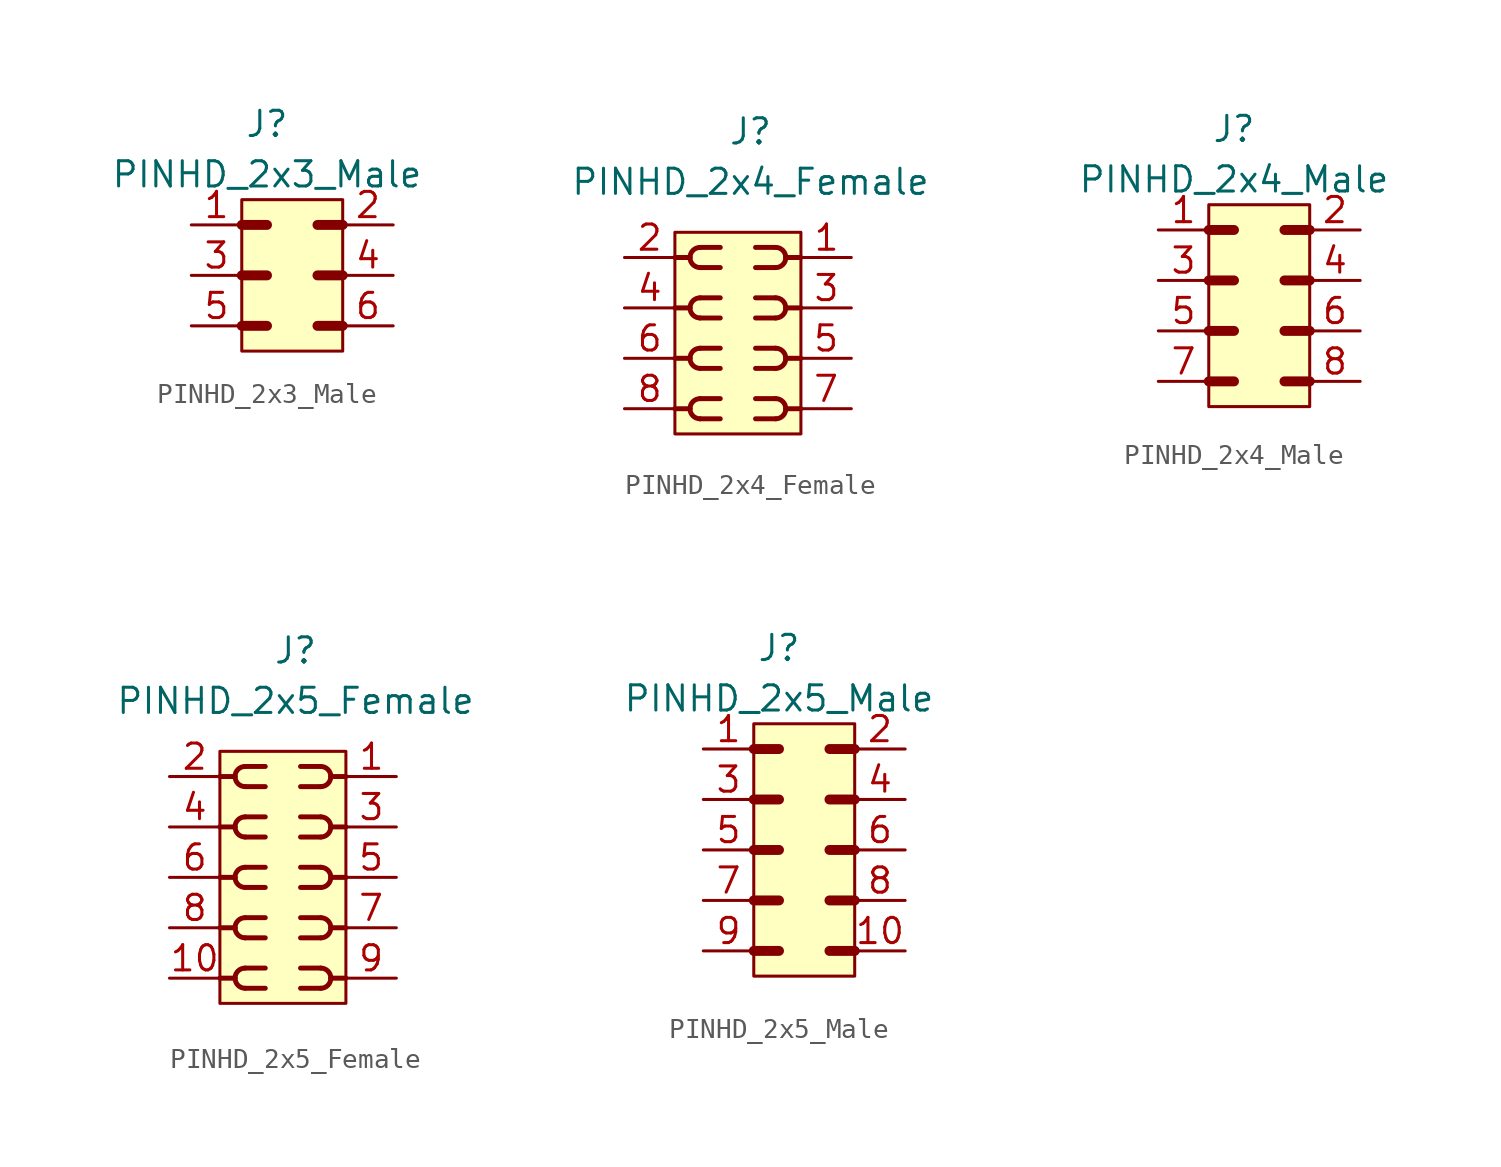
<source format=kicad_sym>
(kicad_symbol_lib
  (version 20220914)
  (generator kicad_symbol_editor)
  (symbol "PINHD_2x3_Male"
    (property "Reference" "J"
      (at -1.27 6.35 0)
      (effects (font (size 1.27 1.27))))
    (property "Value" "PINHD_2x3_Male"
      (at -1.27 3.81 0)
      (effects (font (size 1.27 1.27))))
    (symbol "PINHD_2x3_Male_0_1"
      (rectangle (start -2.54 2.54) (end 2.54 -5.08) (stroke (width 0) (type default)) (fill (type background)))
      (polyline (pts (xy -2.54 -3.81) (xy -1.27 -3.81)) (stroke (width 0.5) (type default)) (fill (type none)))
      (polyline (pts (xy -2.54 -1.27) (xy -1.27 -1.27)) (stroke (width 0.3) (type default)) (fill (type none)))
      (polyline (pts (xy -2.54 -1.27) (xy -1.27 -1.27)) (stroke (width 0.5) (type default)) (fill (type none)))
      (polyline (pts (xy -2.54 1.27) (xy -1.27 1.27)) (stroke (width 0.5) (type default)) (fill (type none)))
      (polyline (pts (xy 1.27 -3.81) (xy 2.54 -3.81)) (stroke (width 0.5) (type default)) (fill (type none)))
      (polyline (pts (xy 1.27 -1.27) (xy 2.54 -1.27)) (stroke (width 0.5) (type default)) (fill (type none)))
      (polyline (pts (xy 1.27 1.27) (xy 2.54 1.27)) (stroke (width 0.5) (type default)) (fill (type none))))
    (symbol "PINHD_2x3_Male_1_1"
      (pin passive line (at -5.08 1.27 0) (length 2.54) (name "" (effects (font (size 1.27 1.27)))) (number "1" (effects (font (size 1.27 1.27)))))
      (pin passive line (at 5.08 1.27 180) (length 2.54) (name "" (effects (font (size 1.27 1.27)))) (number "2" (effects (font (size 1.27 1.27)))))
      (pin passive line (at -5.08 -1.27 0) (length 2.54) (name "" (effects (font (size 1.27 1.27)))) (number "3" (effects (font (size 1.27 1.27)))))
      (pin passive line (at 5.08 -1.27 180) (length 2.54) (name "" (effects (font (size 1.27 1.27)))) (number "4" (effects (font (size 1.27 1.27)))))
      (pin passive line (at -5.08 -3.81 0) (length 2.54) (name "" (effects (font (size 1.27 1.27)))) (number "5" (effects (font (size 1.27 1.27)))))
      (pin passive line (at 5.08 -3.81 180) (length 2.54) (name "" (effects (font (size 1.27 1.27)))) (number "6" (effects (font (size 1.27 1.27)))))))
  (symbol "PINHD_2x4_Female"
    (property "Reference" "J"
      (at 0 10.16 0)
      (effects (font (size 1.27 1.27))))
    (property "Value" "PINHD_2x4_Female"
      (at 0 7.62 0)
      (effects (font (size 1.27 1.27))))
    (symbol "PINHD_2x4_Female_0_1"
      (rectangle (start -3.81 5.08) (end 2.54 -5.08) (stroke (width 0) (type default)) (fill (type background)))
      (arc (start -3.048 -3.81) (mid -2.8992 -4.1692) (end -2.54 -4.318) (stroke (width 0.25) (type default)) (fill (type none)))
      (arc (start -3.048 -1.27) (mid -2.8992 -1.6292) (end -2.54 -1.778) (stroke (width 0.25) (type default)) (fill (type none)))
      (arc (start -3.048 1.27) (mid -2.8992 0.9108) (end -2.54 0.762) (stroke (width 0.25) (type default)) (fill (type none)))
      (arc (start -3.048 3.81) (mid -2.8992 3.4508) (end -2.54 3.302) (stroke (width 0.25) (type default)) (fill (type none)))
      (arc (start -2.54 -3.302) (mid -2.8992 -3.4508) (end -3.048 -3.81) (stroke (width 0.25) (type default)) (fill (type none)))
      (arc (start -2.54 -0.762) (mid -2.8992 -0.9108) (end -3.048 -1.27) (stroke (width 0.25) (type default)) (fill (type none)))
      (arc (start -2.54 1.778) (mid -2.8992 1.6292) (end -3.048 1.27) (stroke (width 0.25) (type default)) (fill (type none)))
      (arc (start -2.54 4.318) (mid -2.8992 4.1692) (end -3.048 3.81) (stroke (width 0.25) (type default)) (fill (type none)))
      (polyline (pts (xy -3.81 -3.81) (xy -3.048 -3.81)) (stroke (width 0.25) (type default)) (fill (type none)))
      (polyline (pts (xy -3.81 -1.27) (xy -3.048 -1.27)) (stroke (width 0.25) (type default)) (fill (type none)))
      (polyline (pts (xy -3.81 1.27) (xy -3.048 1.27)) (stroke (width 0.25) (type default)) (fill (type none)))
      (polyline (pts (xy -3.81 3.81) (xy -3.048 3.81)) (stroke (width 0.25) (type default)) (fill (type none)))
      (polyline (pts (xy -2.54 -4.318) (xy -1.524 -4.318)) (stroke (width 0.25) (type default)) (fill (type none)))
      (polyline (pts (xy -2.54 -3.302) (xy -1.524 -3.302)) (stroke (width 0.25) (type default)) (fill (type none)))
      (polyline (pts (xy -2.54 -1.778) (xy -1.524 -1.778)) (stroke (width 0.25) (type default)) (fill (type none)))
      (polyline (pts (xy -2.54 -0.762) (xy -1.524 -0.762)) (stroke (width 0.25) (type default)) (fill (type none)))
      (polyline (pts (xy -2.54 0.762) (xy -1.524 0.762)) (stroke (width 0.25) (type default)) (fill (type none)))
      (polyline (pts (xy -2.54 1.778) (xy -1.524 1.778)) (stroke (width 0.25) (type default)) (fill (type none)))
      (polyline (pts (xy -2.54 3.302) (xy -1.524 3.302)) (stroke (width 0.25) (type default)) (fill (type none)))
      (polyline (pts (xy -2.54 4.318) (xy -1.524 4.318)) (stroke (width 0.25) (type default)) (fill (type none)))
      (polyline (pts (xy 1.27 -4.318) (xy 0.254 -4.318)) (stroke (width 0.25) (type default)) (fill (type none)))
      (polyline (pts (xy 1.27 -3.302) (xy 0.254 -3.302)) (stroke (width 0.25) (type default)) (fill (type none)))
      (polyline (pts (xy 1.27 -1.778) (xy 0.254 -1.778)) (stroke (width 0.25) (type default)) (fill (type none)))
      (polyline (pts (xy 1.27 -0.762) (xy 0.254 -0.762)) (stroke (width 0.25) (type default)) (fill (type none)))
      (polyline (pts (xy 1.27 0.762) (xy 0.254 0.762)) (stroke (width 0.25) (type default)) (fill (type none)))
      (polyline (pts (xy 1.27 1.778) (xy 0.254 1.778)) (stroke (width 0.25) (type default)) (fill (type none)))
      (polyline (pts (xy 1.27 3.302) (xy 0.254 3.302)) (stroke (width 0.25) (type default)) (fill (type none)))
      (polyline (pts (xy 1.27 4.318) (xy 0.254 4.318)) (stroke (width 0.25) (type default)) (fill (type none)))
      (polyline (pts (xy 2.54 -3.81) (xy 1.778 -3.81)) (stroke (width 0.25) (type default)) (fill (type none)))
      (polyline (pts (xy 2.54 -1.27) (xy 1.778 -1.27)) (stroke (width 0.25) (type default)) (fill (type none)))
      (polyline (pts (xy 2.54 1.27) (xy 1.778 1.27)) (stroke (width 0.25) (type default)) (fill (type none)))
      (polyline (pts (xy 2.54 3.81) (xy 1.778 3.81)) (stroke (width 0.25) (type default)) (fill (type none)))
      (arc (start 1.27 -4.318) (mid 1.6292 -4.1692) (end 1.778 -3.81) (stroke (width 0.25) (type default)) (fill (type none)))
      (arc (start 1.27 -1.778) (mid 1.6292 -1.6292) (end 1.778 -1.27) (stroke (width 0.25) (type default)) (fill (type none)))
      (arc (start 1.27 0.762) (mid 1.6292 0.9108) (end 1.778 1.27) (stroke (width 0.25) (type default)) (fill (type none)))
      (arc (start 1.27 3.302) (mid 1.6292 3.4508) (end 1.778 3.81) (stroke (width 0.25) (type default)) (fill (type none)))
      (arc (start 1.778 -3.81) (mid 1.6292 -3.4508) (end 1.27 -3.302) (stroke (width 0.25) (type default)) (fill (type none)))
      (arc (start 1.778 -1.27) (mid 1.6292 -0.9108) (end 1.27 -0.762) (stroke (width 0.25) (type default)) (fill (type none)))
      (arc (start 1.778 1.27) (mid 1.6292 1.6292) (end 1.27 1.778) (stroke (width 0.25) (type default)) (fill (type none)))
      (arc (start 1.778 3.81) (mid 1.6292 4.1692) (end 1.27 4.318) (stroke (width 0.25) (type default)) (fill (type none))))
    (symbol "PINHD_2x4_Female_1_1"
      (pin passive line (at 5.08 3.81 180) (length 2.5) (name "" (effects (font (size 0 0)))) (number "1" (effects (font (size 1.27 1.27)))))
      (pin passive line (at -6.35 3.81 0) (length 2.54) (name "" (effects (font (size 1.27 1.27)))) (number "2" (effects (font (size 1.27 1.27)))))
      (pin passive line (at 5.08 1.27 180) (length 2.5) (name "" (effects (font (size 0 0)))) (number "3" (effects (font (size 1.27 1.27)))))
      (pin passive line (at -6.35 1.27 0) (length 2.54) (name "" (effects (font (size 1.27 1.27)))) (number "4" (effects (font (size 1.27 1.27)))))
      (pin passive line (at 5.08 -1.27 180) (length 2.54) (name "" (effects (font (size 1.27 1.27)))) (number "5" (effects (font (size 1.27 1.27)))))
      (pin passive line (at -6.35 -1.27 0) (length 2.54) (name "" (effects (font (size 1.27 1.27)))) (number "6" (effects (font (size 1.27 1.27)))))
      (pin passive line (at 5.08 -3.81 180) (length 2.54) (name "" (effects (font (size 1.27 1.27)))) (number "7" (effects (font (size 1.27 1.27)))))
      (pin passive line (at -6.35 -3.81 0) (length 2.54) (name "" (effects (font (size 1.27 1.27)))) (number "8" (effects (font (size 1.27 1.27)))))))
  (symbol "PINHD_2x4_Male"
    (property "Reference" "J"
      (at -1.27 8.89 0)
      (effects (font (size 1.27 1.27))))
    (property "Value" "PINHD_2x4_Male"
      (at -1.27 6.35 0)
      (effects (font (size 1.27 1.27))))
    (symbol "PINHD_2x4_Male_0_1"
      (rectangle (start -2.54 5.08) (end 2.54 -5.08) (stroke (width 0) (type default)) (fill (type background)))
      (polyline (pts (xy -2.54 -3.81) (xy -1.27 -3.81)) (stroke (width 0.5) (type default)) (fill (type none)))
      (polyline (pts (xy -2.54 -1.27) (xy -1.27 -1.27)) (stroke (width 0.5) (type default)) (fill (type none)))
      (polyline (pts (xy -2.54 1.27) (xy -1.27 1.27)) (stroke (width 0.3) (type default)) (fill (type none)))
      (polyline (pts (xy -2.54 1.27) (xy -1.27 1.27)) (stroke (width 0.5) (type default)) (fill (type none)))
      (polyline (pts (xy -2.54 3.81) (xy -1.27 3.81)) (stroke (width 0.5) (type default)) (fill (type none)))
      (polyline (pts (xy 1.27 -3.81) (xy 2.54 -3.81)) (stroke (width 0.5) (type default)) (fill (type none)))
      (polyline (pts (xy 1.27 -1.27) (xy 2.54 -1.27)) (stroke (width 0.5) (type default)) (fill (type none)))
      (polyline (pts (xy 1.27 1.27) (xy 2.54 1.27)) (stroke (width 0.5) (type default)) (fill (type none)))
      (polyline (pts (xy 1.27 3.81) (xy 2.54 3.81)) (stroke (width 0.5) (type default)) (fill (type none))))
    (symbol "PINHD_2x4_Male_1_1"
      (pin passive line (at -5.08 3.81 0) (length 2.54) (name "" (effects (font (size 1.27 1.27)))) (number "1" (effects (font (size 1.27 1.27)))))
      (pin passive line (at 5.08 3.81 180) (length 2.54) (name "" (effects (font (size 1.27 1.27)))) (number "2" (effects (font (size 1.27 1.27)))))
      (pin passive line (at -5.08 1.27 0) (length 2.54) (name "" (effects (font (size 1.27 1.27)))) (number "3" (effects (font (size 1.27 1.27)))))
      (pin passive line (at 5.08 1.27 180) (length 2.54) (name "" (effects (font (size 1.27 1.27)))) (number "4" (effects (font (size 1.27 1.27)))))
      (pin passive line (at -5.08 -1.27 0) (length 2.54) (name "" (effects (font (size 1.27 1.27)))) (number "5" (effects (font (size 1.27 1.27)))))
      (pin passive line (at 5.08 -1.27 180) (length 2.54) (name "" (effects (font (size 1.27 1.27)))) (number "6" (effects (font (size 1.27 1.27)))))
      (pin passive line (at -5.08 -3.81 0) (length 2.54) (name "" (effects (font (size 1.27 1.27)))) (number "7" (effects (font (size 1.27 1.27)))))
      (pin passive line (at 5.08 -3.81 180) (length 2.54) (name "" (effects (font (size 1.27 1.27)))) (number "8" (effects (font (size 1.27 1.27)))))))
  (symbol "PINHD_2x5_Female"
    (property "Reference" "J"
      (at 0 11.43 0)
      (effects (font (size 1.27 1.27))))
    (property "Value" "PINHD_2x5_Female"
      (at 0 8.89 0)
      (effects (font (size 1.27 1.27))))
    (symbol "PINHD_2x5_Female_0_1"
      (rectangle (start -3.81 6.35) (end 2.54 -6.35) (stroke (width 0) (type default)) (fill (type background)))
      (arc (start -3.048 -5.08) (mid -2.8992 -5.4392) (end -2.54 -5.588) (stroke (width 0.25) (type default)) (fill (type none)))
      (arc (start -3.048 -2.54) (mid -2.8992 -2.8992) (end -2.54 -3.048) (stroke (width 0.25) (type default)) (fill (type none)))
      (arc (start -3.048 0) (mid -2.8992 -0.3592) (end -2.54 -0.508) (stroke (width 0.25) (type default)) (fill (type none)))
      (arc (start -3.048 2.54) (mid -2.8992 2.1808) (end -2.54 2.032) (stroke (width 0.25) (type default)) (fill (type none)))
      (arc (start -3.048 5.08) (mid -2.8992 4.7208) (end -2.54 4.572) (stroke (width 0.25) (type default)) (fill (type none)))
      (arc (start -2.54 -4.572) (mid -2.8992 -4.7208) (end -3.048 -5.08) (stroke (width 0.25) (type default)) (fill (type none)))
      (arc (start -2.54 -2.032) (mid -2.8992 -2.1808) (end -3.048 -2.54) (stroke (width 0.25) (type default)) (fill (type none)))
      (arc (start -2.54 0.508) (mid -2.8992 0.3592) (end -3.048 0) (stroke (width 0.25) (type default)) (fill (type none)))
      (arc (start -2.54 3.048) (mid -2.8992 2.8992) (end -3.048 2.54) (stroke (width 0.25) (type default)) (fill (type none)))
      (arc (start -2.54 5.588) (mid -2.8992 5.4392) (end -3.048 5.08) (stroke (width 0.25) (type default)) (fill (type none)))
      (polyline (pts (xy -3.81 -5.08) (xy -3.048 -5.08)) (stroke (width 0.25) (type default)) (fill (type none)))
      (polyline (pts (xy -3.81 -2.54) (xy -3.048 -2.54)) (stroke (width 0.25) (type default)) (fill (type none)))
      (polyline (pts (xy -3.81 0) (xy -3.048 0)) (stroke (width 0.25) (type default)) (fill (type none)))
      (polyline (pts (xy -3.81 2.54) (xy -3.048 2.54)) (stroke (width 0.25) (type default)) (fill (type none)))
      (polyline (pts (xy -3.81 5.08) (xy -3.048 5.08)) (stroke (width 0.25) (type default)) (fill (type none)))
      (polyline (pts (xy -2.54 -5.588) (xy -1.524 -5.588)) (stroke (width 0.25) (type default)) (fill (type none)))
      (polyline (pts (xy -2.54 -4.572) (xy -1.524 -4.572)) (stroke (width 0.25) (type default)) (fill (type none)))
      (polyline (pts (xy -2.54 -3.048) (xy -1.524 -3.048)) (stroke (width 0.25) (type default)) (fill (type none)))
      (polyline (pts (xy -2.54 -2.032) (xy -1.524 -2.032)) (stroke (width 0.25) (type default)) (fill (type none)))
      (polyline (pts (xy -2.54 -0.508) (xy -1.524 -0.508)) (stroke (width 0.25) (type default)) (fill (type none)))
      (polyline (pts (xy -2.54 0.508) (xy -1.524 0.508)) (stroke (width 0.25) (type default)) (fill (type none)))
      (polyline (pts (xy -2.54 2.032) (xy -1.524 2.032)) (stroke (width 0.25) (type default)) (fill (type none)))
      (polyline (pts (xy -2.54 3.048) (xy -1.524 3.048)) (stroke (width 0.25) (type default)) (fill (type none)))
      (polyline (pts (xy -2.54 4.572) (xy -1.524 4.572)) (stroke (width 0.25) (type default)) (fill (type none)))
      (polyline (pts (xy -2.54 5.588) (xy -1.524 5.588)) (stroke (width 0.25) (type default)) (fill (type none)))
      (polyline (pts (xy 1.27 -5.588) (xy 0.254 -5.588)) (stroke (width 0.25) (type default)) (fill (type none)))
      (polyline (pts (xy 1.27 -4.572) (xy 0.254 -4.572)) (stroke (width 0.25) (type default)) (fill (type none)))
      (polyline (pts (xy 1.27 -3.048) (xy 0.254 -3.048)) (stroke (width 0.25) (type default)) (fill (type none)))
      (polyline (pts (xy 1.27 -2.032) (xy 0.254 -2.032)) (stroke (width 0.25) (type default)) (fill (type none)))
      (polyline (pts (xy 1.27 -0.508) (xy 0.254 -0.508)) (stroke (width 0.25) (type default)) (fill (type none)))
      (polyline (pts (xy 1.27 0.508) (xy 0.254 0.508)) (stroke (width 0.25) (type default)) (fill (type none)))
      (polyline (pts (xy 1.27 2.032) (xy 0.254 2.032)) (stroke (width 0.25) (type default)) (fill (type none)))
      (polyline (pts (xy 1.27 3.048) (xy 0.254 3.048)) (stroke (width 0.25) (type default)) (fill (type none)))
      (polyline (pts (xy 1.27 4.572) (xy 0.254 4.572)) (stroke (width 0.25) (type default)) (fill (type none)))
      (polyline (pts (xy 1.27 5.588) (xy 0.254 5.588)) (stroke (width 0.25) (type default)) (fill (type none)))
      (polyline (pts (xy 2.54 -5.08) (xy 1.778 -5.08)) (stroke (width 0.25) (type default)) (fill (type none)))
      (polyline (pts (xy 2.54 -2.54) (xy 1.778 -2.54)) (stroke (width 0.25) (type default)) (fill (type none)))
      (polyline (pts (xy 2.54 0) (xy 1.778 0)) (stroke (width 0.25) (type default)) (fill (type none)))
      (polyline (pts (xy 2.54 2.54) (xy 1.778 2.54)) (stroke (width 0.25) (type default)) (fill (type none)))
      (polyline (pts (xy 2.54 5.08) (xy 1.778 5.08)) (stroke (width 0.25) (type default)) (fill (type none)))
      (arc (start 1.27 -5.588) (mid 1.6292 -5.4392) (end 1.778 -5.08) (stroke (width 0.25) (type default)) (fill (type none)))
      (arc (start 1.27 -3.048) (mid 1.6292 -2.8992) (end 1.778 -2.54) (stroke (width 0.25) (type default)) (fill (type none)))
      (arc (start 1.27 -0.508) (mid 1.6292 -0.3592) (end 1.778 0) (stroke (width 0.25) (type default)) (fill (type none)))
      (arc (start 1.27 2.032) (mid 1.6292 2.1808) (end 1.778 2.54) (stroke (width 0.25) (type default)) (fill (type none)))
      (arc (start 1.27 4.572) (mid 1.6292 4.7208) (end 1.778 5.08) (stroke (width 0.25) (type default)) (fill (type none)))
      (arc (start 1.778 -5.08) (mid 1.6292 -4.7208) (end 1.27 -4.572) (stroke (width 0.25) (type default)) (fill (type none)))
      (arc (start 1.778 -2.54) (mid 1.6292 -2.1808) (end 1.27 -2.032) (stroke (width 0.25) (type default)) (fill (type none)))
      (arc (start 1.778 0) (mid 1.6292 0.3592) (end 1.27 0.508) (stroke (width 0.25) (type default)) (fill (type none)))
      (arc (start 1.778 2.54) (mid 1.6292 2.8992) (end 1.27 3.048) (stroke (width 0.25) (type default)) (fill (type none)))
      (arc (start 1.778 5.08) (mid 1.6292 5.4392) (end 1.27 5.588) (stroke (width 0.25) (type default)) (fill (type none))))
    (symbol "PINHD_2x5_Female_1_1"
      (pin passive line (at 5.08 5.08 180) (length 2.5) (name "" (effects (font (size 0 0)))) (number "1" (effects (font (size 1.27 1.27)))))
      (pin passive line (at -6.35 -5.08 0) (length 2.54) (name "" (effects (font (size 1.27 1.27)))) (number "10" (effects (font (size 1.27 1.27)))))
      (pin passive line (at -6.35 5.08 0) (length 2.54) (name "" (effects (font (size 1.27 1.27)))) (number "2" (effects (font (size 1.27 1.27)))))
      (pin passive line (at 5.08 2.54 180) (length 2.5) (name "" (effects (font (size 0 0)))) (number "3" (effects (font (size 1.27 1.27)))))
      (pin passive line (at -6.35 2.54 0) (length 2.54) (name "" (effects (font (size 1.27 1.27)))) (number "4" (effects (font (size 1.27 1.27)))))
      (pin passive line (at 5.08 0 180) (length 2.54) (name "" (effects (font (size 1.27 1.27)))) (number "5" (effects (font (size 1.27 1.27)))))
      (pin passive line (at -6.35 0 0) (length 2.54) (name "" (effects (font (size 1.27 1.27)))) (number "6" (effects (font (size 1.27 1.27)))))
      (pin passive line (at 5.08 -2.54 180) (length 2.54) (name "" (effects (font (size 1.27 1.27)))) (number "7" (effects (font (size 1.27 1.27)))))
      (pin passive line (at -6.35 -2.54 0) (length 2.54) (name "" (effects (font (size 1.27 1.27)))) (number "8" (effects (font (size 1.27 1.27)))))
      (pin passive line (at 5.08 -5.08 180) (length 2.54) (name "" (effects (font (size 1.27 1.27)))) (number "9" (effects (font (size 1.27 1.27)))))))
  (symbol "PINHD_2x5_Male"
    (property "Reference" "J"
      (at -1.27 10.16 0)
      (effects (font (size 1.27 1.27))))
    (property "Value" "PINHD_2x5_Male"
      (at -1.27 7.62 0)
      (effects (font (size 1.27 1.27))))
    (symbol "PINHD_2x5_Male_0_1"
      (rectangle (start -2.54 6.35) (end 2.54 -6.35) (stroke (width 0) (type default)) (fill (type background)))
      (polyline (pts (xy -2.54 -5.08) (xy -1.27 -5.08)) (stroke (width 0.5) (type default)) (fill (type none)))
      (polyline (pts (xy -2.54 -2.54) (xy -1.27 -2.54)) (stroke (width 0.5) (type default)) (fill (type none)))
      (polyline (pts (xy -2.54 0) (xy -1.27 0)) (stroke (width 0.5) (type default)) (fill (type none)))
      (polyline (pts (xy -2.54 2.54) (xy -1.27 2.54)) (stroke (width 0.3) (type default)) (fill (type none)))
      (polyline (pts (xy -2.54 2.54) (xy -1.27 2.54)) (stroke (width 0.5) (type default)) (fill (type none)))
      (polyline (pts (xy -2.54 5.08) (xy -1.27 5.08)) (stroke (width 0.5) (type default)) (fill (type none)))
      (polyline (pts (xy 1.27 -5.08) (xy 2.54 -5.08)) (stroke (width 0.5) (type default)) (fill (type none)))
      (polyline (pts (xy 1.27 -2.54) (xy 2.54 -2.54)) (stroke (width 0.5) (type default)) (fill (type none)))
      (polyline (pts (xy 1.27 0) (xy 2.54 0)) (stroke (width 0.5) (type default)) (fill (type none)))
      (polyline (pts (xy 1.27 2.54) (xy 2.54 2.54)) (stroke (width 0.5) (type default)) (fill (type none)))
      (polyline (pts (xy 1.27 5.08) (xy 2.54 5.08)) (stroke (width 0.5) (type default)) (fill (type none))))
    (symbol "PINHD_2x5_Male_1_1"
      (pin passive line (at -5.08 5.08 0) (length 2.54) (name "" (effects (font (size 1.27 1.27)))) (number "1" (effects (font (size 1.27 1.27)))))
      (pin passive line (at 5.08 -5.08 180) (length 2.54) (name "" (effects (font (size 1.27 1.27)))) (number "10" (effects (font (size 1.27 1.27)))))
      (pin passive line (at 5.08 5.08 180) (length 2.54) (name "" (effects (font (size 1.27 1.27)))) (number "2" (effects (font (size 1.27 1.27)))))
      (pin passive line (at -5.08 2.54 0) (length 2.54) (name "" (effects (font (size 1.27 1.27)))) (number "3" (effects (font (size 1.27 1.27)))))
      (pin passive line (at 5.08 2.54 180) (length 2.54) (name "" (effects (font (size 1.27 1.27)))) (number "4" (effects (font (size 1.27 1.27)))))
      (pin passive line (at -5.08 0 0) (length 2.54) (name "" (effects (font (size 1.27 1.27)))) (number "5" (effects (font (size 1.27 1.27)))))
      (pin passive line (at 5.08 0 180) (length 2.54) (name "" (effects (font (size 1.27 1.27)))) (number "6" (effects (font (size 1.27 1.27)))))
      (pin passive line (at -5.08 -2.54 0) (length 2.54) (name "" (effects (font (size 1.27 1.27)))) (number "7" (effects (font (size 1.27 1.27)))))
      (pin passive line (at 5.08 -2.54 180) (length 2.54) (name "" (effects (font (size 1.27 1.27)))) (number "8" (effects (font (size 1.27 1.27)))))
      (pin passive line (at -5.08 -5.08 0) (length 2.54) (name "" (effects (font (size 1.27 1.27)))) (number "9" (effects (font (size 1.27 1.27))))))))
</source>
